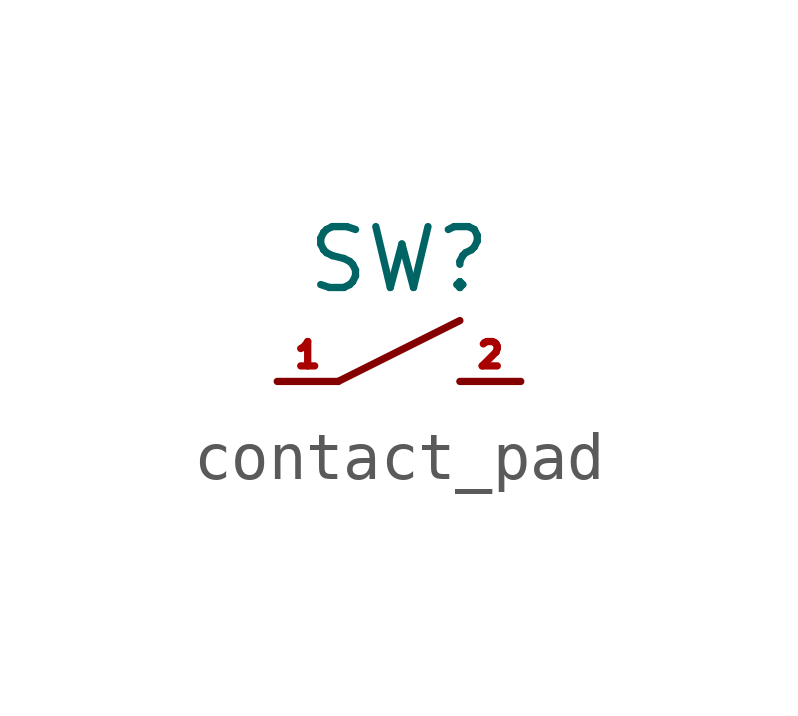
<source format=kicad_sym>
(kicad_symbol_lib
  (version 20231120)
  (generator "kicad_symbol_editor")
  (generator_version "8.0")
  (symbol "contact_pad"
    (pin_names
      (offset 1.27))
    (property "Reference" "SW"
      (at 0 0 0)
      (effects (font (size 1.27 1.27))))
    (property "Value" ""
      (at 0 0 0)
      (effects (font (size 1.27 1.27))))
    (symbol "contact_pad_0_1"
      (polyline (pts (xy -1.27 -2.54) (xy 1.27 -1.27)) (stroke (width 0) (type default)) (fill (type none))))
    (symbol "contact_pad_1_1"
      (pin bidirectional line (at -2.54 -2.54 0) (length 1.27) (name "" (effects (font (size 1.27 1.27)))) (number "1" (effects (font (size 0.508 0.508)))))
      (pin bidirectional line (at 2.54 -2.54 180) (length 1.27) (name "" (effects (font (size 1.27 1.27)))) (number "2" (effects (font (size 0.508 0.508))))))))
</source>
